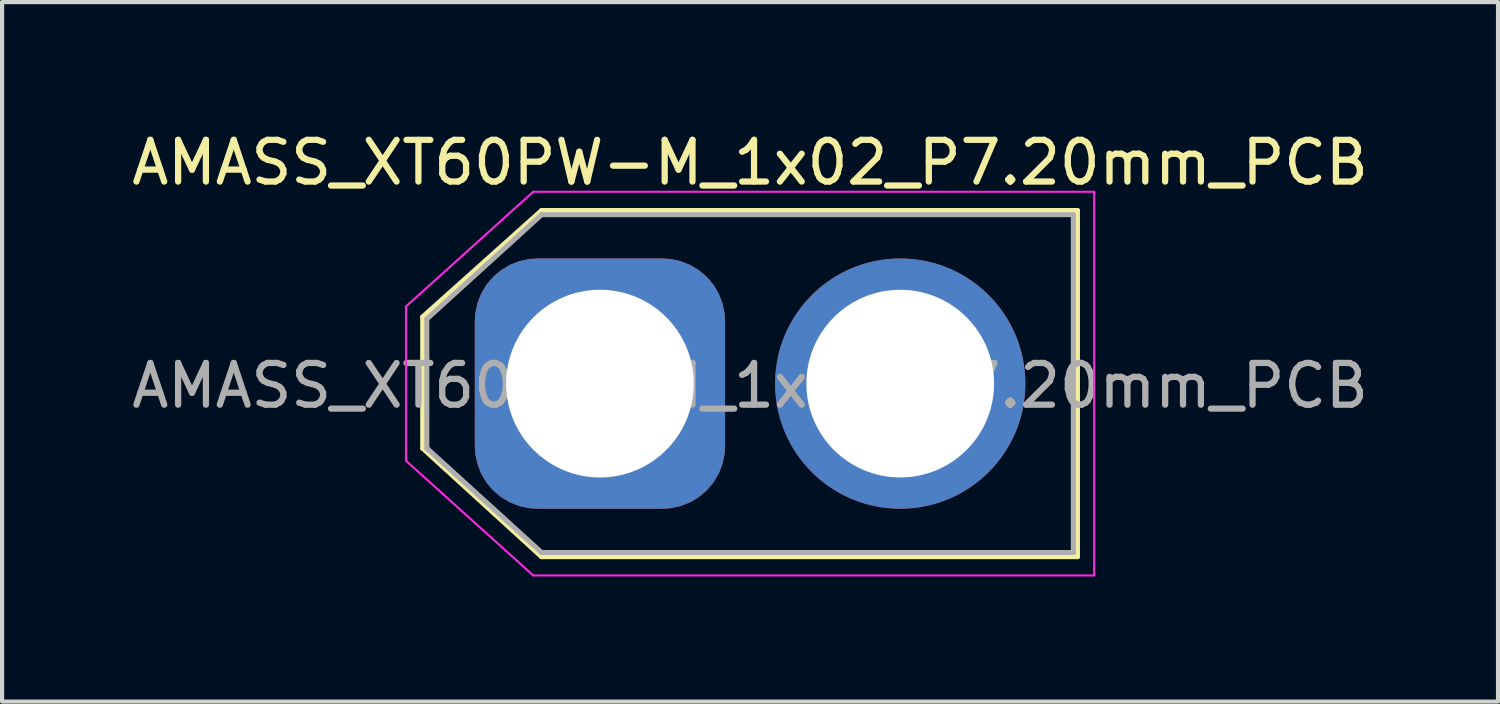
<source format=kicad_pcb>
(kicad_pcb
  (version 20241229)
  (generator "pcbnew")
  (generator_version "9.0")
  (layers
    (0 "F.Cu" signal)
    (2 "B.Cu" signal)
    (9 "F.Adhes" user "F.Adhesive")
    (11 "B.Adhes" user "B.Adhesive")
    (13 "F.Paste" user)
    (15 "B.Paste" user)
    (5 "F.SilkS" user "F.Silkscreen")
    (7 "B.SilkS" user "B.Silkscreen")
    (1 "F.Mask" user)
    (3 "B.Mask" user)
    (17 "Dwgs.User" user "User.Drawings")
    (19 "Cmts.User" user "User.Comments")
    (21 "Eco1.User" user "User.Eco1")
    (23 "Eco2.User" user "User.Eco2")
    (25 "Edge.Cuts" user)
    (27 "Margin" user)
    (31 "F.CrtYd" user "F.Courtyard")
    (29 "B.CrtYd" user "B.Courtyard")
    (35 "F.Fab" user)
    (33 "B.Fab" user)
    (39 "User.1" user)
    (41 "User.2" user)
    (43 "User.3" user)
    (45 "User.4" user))
  (footprint "AMASS_XT60PW-M_1x02_P7.20mm_PCB"
    (layer "F.Cu")
    (at 11.335 6.148)
    (property "Reference" "AMASS_XT60PW-M_1x02_P7.20mm_PCB" (at 3.6 -5.3 0) (layer "F.SilkS") (effects (font (size 1 1) (thickness 0.15))))
    (attr through_hole)
    (fp_line (start -4.25 -1.6) (end -4.25 1.55) (stroke (width 0.12) (type solid)) (layer "F.SilkS"))
    (fp_line (start -4.25 1.55) (end -1.4 4.15) (stroke (width 0.12) (type solid)) (layer "F.SilkS"))
    (fp_line (start -1.4 -4.15) (end -4.25 -1.6) (stroke (width 0.12) (type solid)) (layer "F.SilkS"))
    (fp_line (start -1.4 4.15) (end 11.45 4.15) (stroke (width 0.12) (type solid)) (layer "F.SilkS"))
    (fp_line (start 11.45 -4.15) (end -1.4 -4.15) (stroke (width 0.12) (type solid)) (layer "F.SilkS"))
    (fp_line (start 11.45 4.15) (end 11.45 -4.15) (stroke (width 0.12) (type solid)) (layer "F.SilkS"))
    (fp_line (start -4.65 -1.85) (end -1.6 -4.6) (stroke (width 0.05) (type solid)) (layer "F.CrtYd"))
    (fp_line (start -4.65 1.85) (end -4.65 -1.85) (stroke (width 0.05) (type solid)) (layer "F.CrtYd"))
    (fp_line (start -1.6 -4.6) (end 11.85 -4.6) (stroke (width 0.05) (type solid)) (layer "F.CrtYd"))
    (fp_line (start -1.6 4.6) (end -4.65 1.85) (stroke (width 0.05) (type solid)) (layer "F.CrtYd"))
    (fp_line (start 11.85 -4.6) (end 11.85 4.6) (stroke (width 0.05) (type solid)) (layer "F.CrtYd"))
    (fp_line (start 11.85 4.6) (end -1.6 4.6) (stroke (width 0.05) (type solid)) (layer "F.CrtYd"))
    (fp_line (start -4.15 -1.55) (end -4.15 1.55) (stroke (width 0.12) (type solid)) (layer "F.Fab"))
    (fp_line (start -4.15 1.55) (end -1.4 4.05) (stroke (width 0.12) (type solid)) (layer "F.Fab"))
    (fp_line (start -1.4 -4.05) (end -4.15 -1.55) (stroke (width 0.12) (type solid)) (layer "F.Fab"))
    (fp_line (start -1.4 4.05) (end 11.35 4.05) (stroke (width 0.12) (type solid)) (layer "F.Fab"))
    (fp_line (start 11.35 -4.05) (end -1.4 -4.05) (stroke (width 0.12) (type solid)) (layer "F.Fab"))
    (fp_line (start 11.35 4.05) (end 11.35 -4.05) (stroke (width 0.12) (type solid)) (layer "F.Fab"))
    (fp_text user "${REFERENCE}" (at 3.6 0.05 0) (layer "F.Fab") (effects (font (size 1 1) (thickness 0.15))))
    (pad "1" thru_hole roundrect (at 0 0) (size 6 6) (drill 4.5) (layers "*.Cu" "*.Mask") (roundrect_rratio 0.25))
    (pad "2" thru_hole circle (at 7.2 0) (size 6 6) (drill 4.5) (layers "*.Cu" "*.Mask")))
  (gr_rect
    (start -3 -3)
    (end 32.869 13.773)
    (stroke (width 0.1) (type default))
    (fill no)
    (layer "Edge.Cuts")))
</source>
